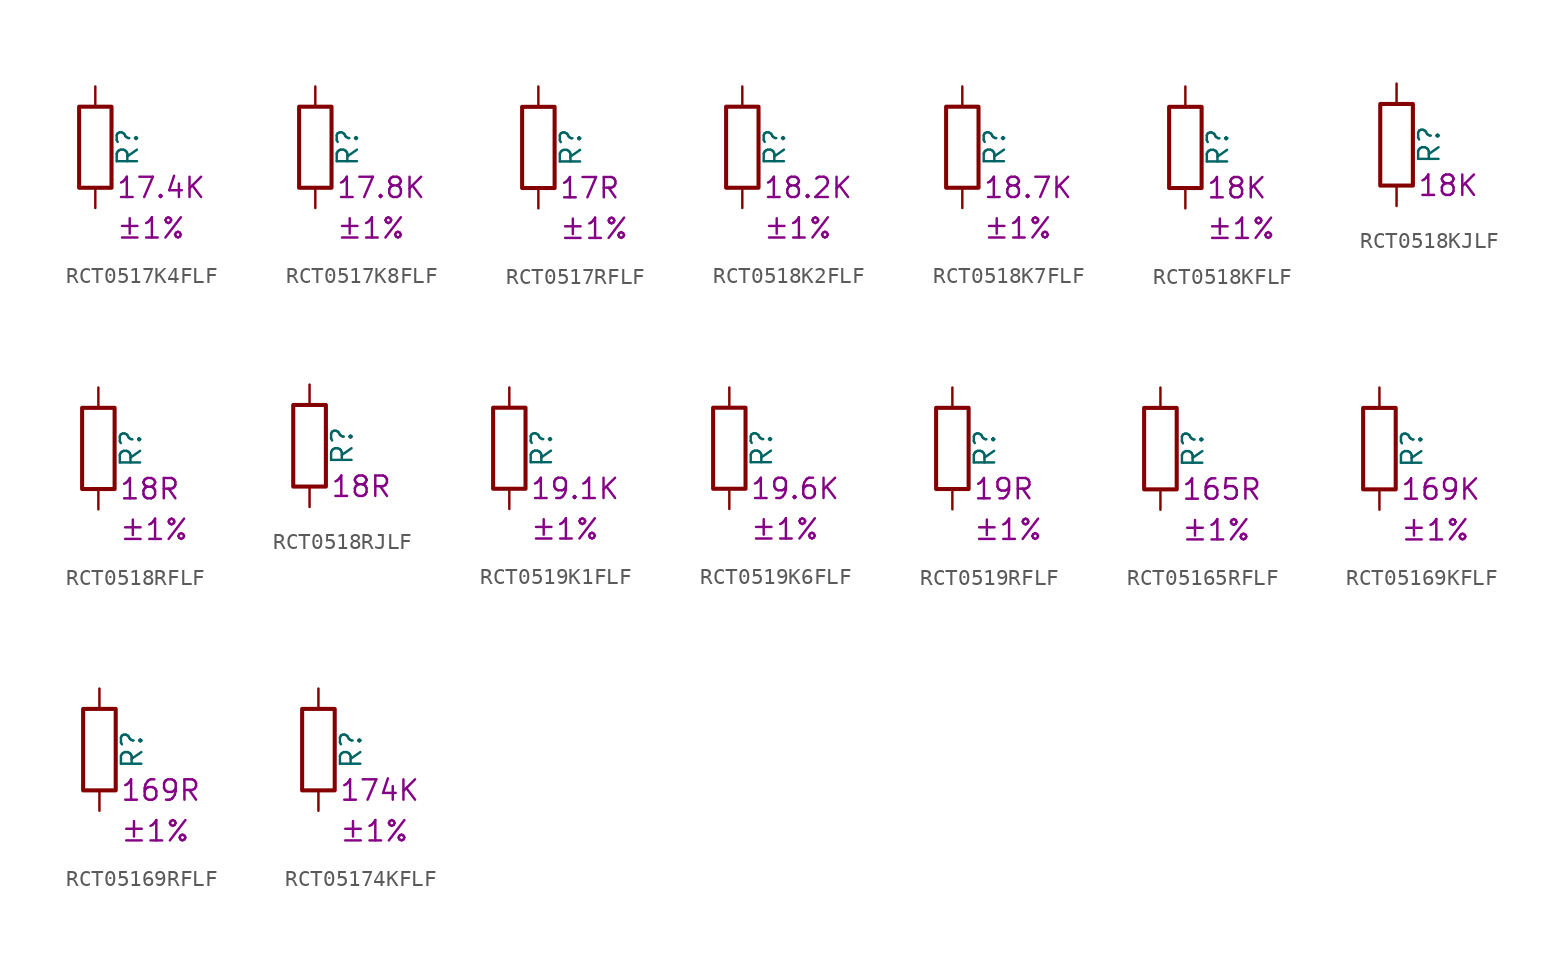
<source format=kicad_sym>
(kicad_symbol_lib
  (version 20220914)
  (generator kicad_symbol_editor)
  (symbol "RCT0517K4FLF"
    (pin_numbers hide)
    (pin_names
      (offset 0))
    (property "Reference" "R"
      (at 2.032 0 90)
      (effects (font (size 1.27 1.27))))
    (property "Resistance" "17.4K"
      (at 1.27 -2.54 0)
      (effects (font (size 1.27 1.27)) (justify left)))
    (property "Tolerance" "±1%"
      (at 1.27 -5.08 0)
      (effects (font (size 1.27 1.27)) (justify left)))
    (symbol "RCT0517K4FLF_0_1"
      (rectangle (start -1.016 -2.54) (end 1.016 2.54) (stroke (width 0.254) (type default)) (fill (type none))))
    (symbol "RCT0517K4FLF_1_1"
      (pin passive line (at 0 3.81 270) (length 1.27) (name "~" (effects (font (size 1.27 1.27)))) (number "1" (effects (font (size 1.27 1.27)))))
      (pin passive line (at 0 -3.81 90) (length 1.27) (name "~" (effects (font (size 1.27 1.27)))) (number "2" (effects (font (size 1.27 1.27)))))))
  (symbol "RCT0517K8FLF"
    (pin_numbers hide)
    (pin_names
      (offset 0))
    (property "Reference" "R"
      (at 2.032 0 90)
      (effects (font (size 1.27 1.27))))
    (property "Resistance" "17.8K"
      (at 1.27 -2.54 0)
      (effects (font (size 1.27 1.27)) (justify left)))
    (property "Tolerance" "±1%"
      (at 1.27 -5.08 0)
      (effects (font (size 1.27 1.27)) (justify left)))
    (symbol "RCT0517K8FLF_0_1"
      (rectangle (start -1.016 -2.54) (end 1.016 2.54) (stroke (width 0.254) (type default)) (fill (type none))))
    (symbol "RCT0517K8FLF_1_1"
      (pin passive line (at 0 3.81 270) (length 1.27) (name "~" (effects (font (size 1.27 1.27)))) (number "1" (effects (font (size 1.27 1.27)))))
      (pin passive line (at 0 -3.81 90) (length 1.27) (name "~" (effects (font (size 1.27 1.27)))) (number "2" (effects (font (size 1.27 1.27)))))))
  (symbol "RCT0517RFLF"
    (pin_numbers hide)
    (pin_names
      (offset 0))
    (property "Reference" "R"
      (at 2.032 0 90)
      (effects (font (size 1.27 1.27))))
    (property "Resistance" "17R"
      (at 1.27 -2.54 0)
      (effects (font (size 1.27 1.27)) (justify left)))
    (property "Tolerance" "±1%"
      (at 1.27 -5.08 0)
      (effects (font (size 1.27 1.27)) (justify left)))
    (symbol "RCT0517RFLF_0_1"
      (rectangle (start -1.016 -2.54) (end 1.016 2.54) (stroke (width 0.254) (type default)) (fill (type none))))
    (symbol "RCT0517RFLF_1_1"
      (pin passive line (at 0 3.81 270) (length 1.27) (name "~" (effects (font (size 1.27 1.27)))) (number "1" (effects (font (size 1.27 1.27)))))
      (pin passive line (at 0 -3.81 90) (length 1.27) (name "~" (effects (font (size 1.27 1.27)))) (number "2" (effects (font (size 1.27 1.27)))))))
  (symbol "RCT0518K2FLF"
    (pin_numbers hide)
    (pin_names
      (offset 0))
    (property "Reference" "R"
      (at 2.032 0 90)
      (effects (font (size 1.27 1.27))))
    (property "Resistance" "18.2K"
      (at 1.27 -2.54 0)
      (effects (font (size 1.27 1.27)) (justify left)))
    (property "Tolerance" "±1%"
      (at 1.27 -5.08 0)
      (effects (font (size 1.27 1.27)) (justify left)))
    (symbol "RCT0518K2FLF_0_1"
      (rectangle (start -1.016 -2.54) (end 1.016 2.54) (stroke (width 0.254) (type default)) (fill (type none))))
    (symbol "RCT0518K2FLF_1_1"
      (pin passive line (at 0 3.81 270) (length 1.27) (name "~" (effects (font (size 1.27 1.27)))) (number "1" (effects (font (size 1.27 1.27)))))
      (pin passive line (at 0 -3.81 90) (length 1.27) (name "~" (effects (font (size 1.27 1.27)))) (number "2" (effects (font (size 1.27 1.27)))))))
  (symbol "RCT0518K7FLF"
    (pin_numbers hide)
    (pin_names
      (offset 0))
    (property "Reference" "R"
      (at 2.032 0 90)
      (effects (font (size 1.27 1.27))))
    (property "Resistance" "18.7K"
      (at 1.27 -2.54 0)
      (effects (font (size 1.27 1.27)) (justify left)))
    (property "Tolerance" "±1%"
      (at 1.27 -5.08 0)
      (effects (font (size 1.27 1.27)) (justify left)))
    (symbol "RCT0518K7FLF_0_1"
      (rectangle (start -1.016 -2.54) (end 1.016 2.54) (stroke (width 0.254) (type default)) (fill (type none))))
    (symbol "RCT0518K7FLF_1_1"
      (pin passive line (at 0 3.81 270) (length 1.27) (name "~" (effects (font (size 1.27 1.27)))) (number "1" (effects (font (size 1.27 1.27)))))
      (pin passive line (at 0 -3.81 90) (length 1.27) (name "~" (effects (font (size 1.27 1.27)))) (number "2" (effects (font (size 1.27 1.27)))))))
  (symbol "RCT0518KFLF"
    (pin_numbers hide)
    (pin_names
      (offset 0))
    (property "Reference" "R"
      (at 2.032 0 90)
      (effects (font (size 1.27 1.27))))
    (property "Resistance" "18K"
      (at 1.27 -2.54 0)
      (effects (font (size 1.27 1.27)) (justify left)))
    (property "Tolerance" "±1%"
      (at 1.27 -5.08 0)
      (effects (font (size 1.27 1.27)) (justify left)))
    (symbol "RCT0518KFLF_0_1"
      (rectangle (start -1.016 -2.54) (end 1.016 2.54) (stroke (width 0.254) (type default)) (fill (type none))))
    (symbol "RCT0518KFLF_1_1"
      (pin passive line (at 0 3.81 270) (length 1.27) (name "~" (effects (font (size 1.27 1.27)))) (number "1" (effects (font (size 1.27 1.27)))))
      (pin passive line (at 0 -3.81 90) (length 1.27) (name "~" (effects (font (size 1.27 1.27)))) (number "2" (effects (font (size 1.27 1.27)))))))
  (symbol "RCT0518KJLF"
    (pin_numbers hide)
    (pin_names
      (offset 0))
    (property "Reference" "R"
      (at 2.032 0 90)
      (effects (font (size 1.27 1.27))))
    (property "Resistance" "18K"
      (at 1.27 -2.54 0)
      (effects (font (size 1.27 1.27)) (justify left)))
    (symbol "RCT0518KJLF_0_1"
      (rectangle (start -1.016 -2.54) (end 1.016 2.54) (stroke (width 0.254) (type default)) (fill (type none))))
    (symbol "RCT0518KJLF_1_1"
      (pin passive line (at 0 3.81 270) (length 1.27) (name "~" (effects (font (size 1.27 1.27)))) (number "1" (effects (font (size 1.27 1.27)))))
      (pin passive line (at 0 -3.81 90) (length 1.27) (name "~" (effects (font (size 1.27 1.27)))) (number "2" (effects (font (size 1.27 1.27)))))))
  (symbol "RCT0518RFLF"
    (pin_numbers hide)
    (pin_names
      (offset 0))
    (property "Reference" "R"
      (at 2.032 0 90)
      (effects (font (size 1.27 1.27))))
    (property "Resistance" "18R"
      (at 1.27 -2.54 0)
      (effects (font (size 1.27 1.27)) (justify left)))
    (property "Tolerance" "±1%"
      (at 1.27 -5.08 0)
      (effects (font (size 1.27 1.27)) (justify left)))
    (symbol "RCT0518RFLF_0_1"
      (rectangle (start -1.016 -2.54) (end 1.016 2.54) (stroke (width 0.254) (type default)) (fill (type none))))
    (symbol "RCT0518RFLF_1_1"
      (pin passive line (at 0 3.81 270) (length 1.27) (name "~" (effects (font (size 1.27 1.27)))) (number "1" (effects (font (size 1.27 1.27)))))
      (pin passive line (at 0 -3.81 90) (length 1.27) (name "~" (effects (font (size 1.27 1.27)))) (number "2" (effects (font (size 1.27 1.27)))))))
  (symbol "RCT0518RJLF"
    (pin_numbers hide)
    (pin_names
      (offset 0))
    (property "Reference" "R"
      (at 2.032 0 90)
      (effects (font (size 1.27 1.27))))
    (property "Resistance" "18R"
      (at 1.27 -2.54 0)
      (effects (font (size 1.27 1.27)) (justify left)))
    (symbol "RCT0518RJLF_0_1"
      (rectangle (start -1.016 -2.54) (end 1.016 2.54) (stroke (width 0.254) (type default)) (fill (type none))))
    (symbol "RCT0518RJLF_1_1"
      (pin passive line (at 0 3.81 270) (length 1.27) (name "~" (effects (font (size 1.27 1.27)))) (number "1" (effects (font (size 1.27 1.27)))))
      (pin passive line (at 0 -3.81 90) (length 1.27) (name "~" (effects (font (size 1.27 1.27)))) (number "2" (effects (font (size 1.27 1.27)))))))
  (symbol "RCT0519K1FLF"
    (pin_numbers hide)
    (pin_names
      (offset 0))
    (property "Reference" "R"
      (at 2.032 0 90)
      (effects (font (size 1.27 1.27))))
    (property "Resistance" "19.1K"
      (at 1.27 -2.54 0)
      (effects (font (size 1.27 1.27)) (justify left)))
    (property "Tolerance" "±1%"
      (at 1.27 -5.08 0)
      (effects (font (size 1.27 1.27)) (justify left)))
    (symbol "RCT0519K1FLF_0_1"
      (rectangle (start -1.016 -2.54) (end 1.016 2.54) (stroke (width 0.254) (type default)) (fill (type none))))
    (symbol "RCT0519K1FLF_1_1"
      (pin passive line (at 0 3.81 270) (length 1.27) (name "~" (effects (font (size 1.27 1.27)))) (number "1" (effects (font (size 1.27 1.27)))))
      (pin passive line (at 0 -3.81 90) (length 1.27) (name "~" (effects (font (size 1.27 1.27)))) (number "2" (effects (font (size 1.27 1.27)))))))
  (symbol "RCT0519K6FLF"
    (pin_numbers hide)
    (pin_names
      (offset 0))
    (property "Reference" "R"
      (at 2.032 0 90)
      (effects (font (size 1.27 1.27))))
    (property "Resistance" "19.6K"
      (at 1.27 -2.54 0)
      (effects (font (size 1.27 1.27)) (justify left)))
    (property "Tolerance" "±1%"
      (at 1.27 -5.08 0)
      (effects (font (size 1.27 1.27)) (justify left)))
    (symbol "RCT0519K6FLF_0_1"
      (rectangle (start -1.016 -2.54) (end 1.016 2.54) (stroke (width 0.254) (type default)) (fill (type none))))
    (symbol "RCT0519K6FLF_1_1"
      (pin passive line (at 0 3.81 270) (length 1.27) (name "~" (effects (font (size 1.27 1.27)))) (number "1" (effects (font (size 1.27 1.27)))))
      (pin passive line (at 0 -3.81 90) (length 1.27) (name "~" (effects (font (size 1.27 1.27)))) (number "2" (effects (font (size 1.27 1.27)))))))
  (symbol "RCT0519RFLF"
    (pin_numbers hide)
    (pin_names
      (offset 0))
    (property "Reference" "R"
      (at 2.032 0 90)
      (effects (font (size 1.27 1.27))))
    (property "Resistance" "19R"
      (at 1.27 -2.54 0)
      (effects (font (size 1.27 1.27)) (justify left)))
    (property "Tolerance" "±1%"
      (at 1.27 -5.08 0)
      (effects (font (size 1.27 1.27)) (justify left)))
    (symbol "RCT0519RFLF_0_1"
      (rectangle (start -1.016 -2.54) (end 1.016 2.54) (stroke (width 0.254) (type default)) (fill (type none))))
    (symbol "RCT0519RFLF_1_1"
      (pin passive line (at 0 3.81 270) (length 1.27) (name "~" (effects (font (size 1.27 1.27)))) (number "1" (effects (font (size 1.27 1.27)))))
      (pin passive line (at 0 -3.81 90) (length 1.27) (name "~" (effects (font (size 1.27 1.27)))) (number "2" (effects (font (size 1.27 1.27)))))))
  (symbol "RCT05165RFLF"
    (pin_numbers hide)
    (pin_names
      (offset 0))
    (property "Reference" "R"
      (at 2.032 0 90)
      (effects (font (size 1.27 1.27))))
    (property "Resistance" "165R"
      (at 1.27 -2.54 0)
      (effects (font (size 1.27 1.27)) (justify left)))
    (property "Tolerance" "±1%"
      (at 1.27 -5.08 0)
      (effects (font (size 1.27 1.27)) (justify left)))
    (symbol "RCT05165RFLF_0_1"
      (rectangle (start -1.016 -2.54) (end 1.016 2.54) (stroke (width 0.254) (type default)) (fill (type none))))
    (symbol "RCT05165RFLF_1_1"
      (pin passive line (at 0 3.81 270) (length 1.27) (name "~" (effects (font (size 1.27 1.27)))) (number "1" (effects (font (size 1.27 1.27)))))
      (pin passive line (at 0 -3.81 90) (length 1.27) (name "~" (effects (font (size 1.27 1.27)))) (number "2" (effects (font (size 1.27 1.27)))))))
  (symbol "RCT05169KFLF"
    (pin_numbers hide)
    (pin_names
      (offset 0))
    (property "Reference" "R"
      (at 2.032 0 90)
      (effects (font (size 1.27 1.27))))
    (property "Resistance" "169K"
      (at 1.27 -2.54 0)
      (effects (font (size 1.27 1.27)) (justify left)))
    (property "Tolerance" "±1%"
      (at 1.27 -5.08 0)
      (effects (font (size 1.27 1.27)) (justify left)))
    (symbol "RCT05169KFLF_0_1"
      (rectangle (start -1.016 -2.54) (end 1.016 2.54) (stroke (width 0.254) (type default)) (fill (type none))))
    (symbol "RCT05169KFLF_1_1"
      (pin passive line (at 0 3.81 270) (length 1.27) (name "~" (effects (font (size 1.27 1.27)))) (number "1" (effects (font (size 1.27 1.27)))))
      (pin passive line (at 0 -3.81 90) (length 1.27) (name "~" (effects (font (size 1.27 1.27)))) (number "2" (effects (font (size 1.27 1.27)))))))
  (symbol "RCT05169RFLF"
    (pin_numbers hide)
    (pin_names
      (offset 0))
    (property "Reference" "R"
      (at 2.032 0 90)
      (effects (font (size 1.27 1.27))))
    (property "Resistance" "169R"
      (at 1.27 -2.54 0)
      (effects (font (size 1.27 1.27)) (justify left)))
    (property "Tolerance" "±1%"
      (at 1.27 -5.08 0)
      (effects (font (size 1.27 1.27)) (justify left)))
    (symbol "RCT05169RFLF_0_1"
      (rectangle (start -1.016 -2.54) (end 1.016 2.54) (stroke (width 0.254) (type default)) (fill (type none))))
    (symbol "RCT05169RFLF_1_1"
      (pin passive line (at 0 3.81 270) (length 1.27) (name "~" (effects (font (size 1.27 1.27)))) (number "1" (effects (font (size 1.27 1.27)))))
      (pin passive line (at 0 -3.81 90) (length 1.27) (name "~" (effects (font (size 1.27 1.27)))) (number "2" (effects (font (size 1.27 1.27)))))))
  (symbol "RCT05174KFLF"
    (pin_numbers hide)
    (pin_names
      (offset 0))
    (property "Reference" "R"
      (at 2.032 0 90)
      (effects (font (size 1.27 1.27))))
    (property "Resistance" "174K"
      (at 1.27 -2.54 0)
      (effects (font (size 1.27 1.27)) (justify left)))
    (property "Tolerance" "±1%"
      (at 1.27 -5.08 0)
      (effects (font (size 1.27 1.27)) (justify left)))
    (symbol "RCT05174KFLF_0_1"
      (rectangle (start -1.016 -2.54) (end 1.016 2.54) (stroke (width 0.254) (type default)) (fill (type none))))
    (symbol "RCT05174KFLF_1_1"
      (pin passive line (at 0 3.81 270) (length 1.27) (name "~" (effects (font (size 1.27 1.27)))) (number "1" (effects (font (size 1.27 1.27)))))
      (pin passive line (at 0 -3.81 90) (length 1.27) (name "~" (effects (font (size 1.27 1.27)))) (number "2" (effects (font (size 1.27 1.27))))))))
</source>
